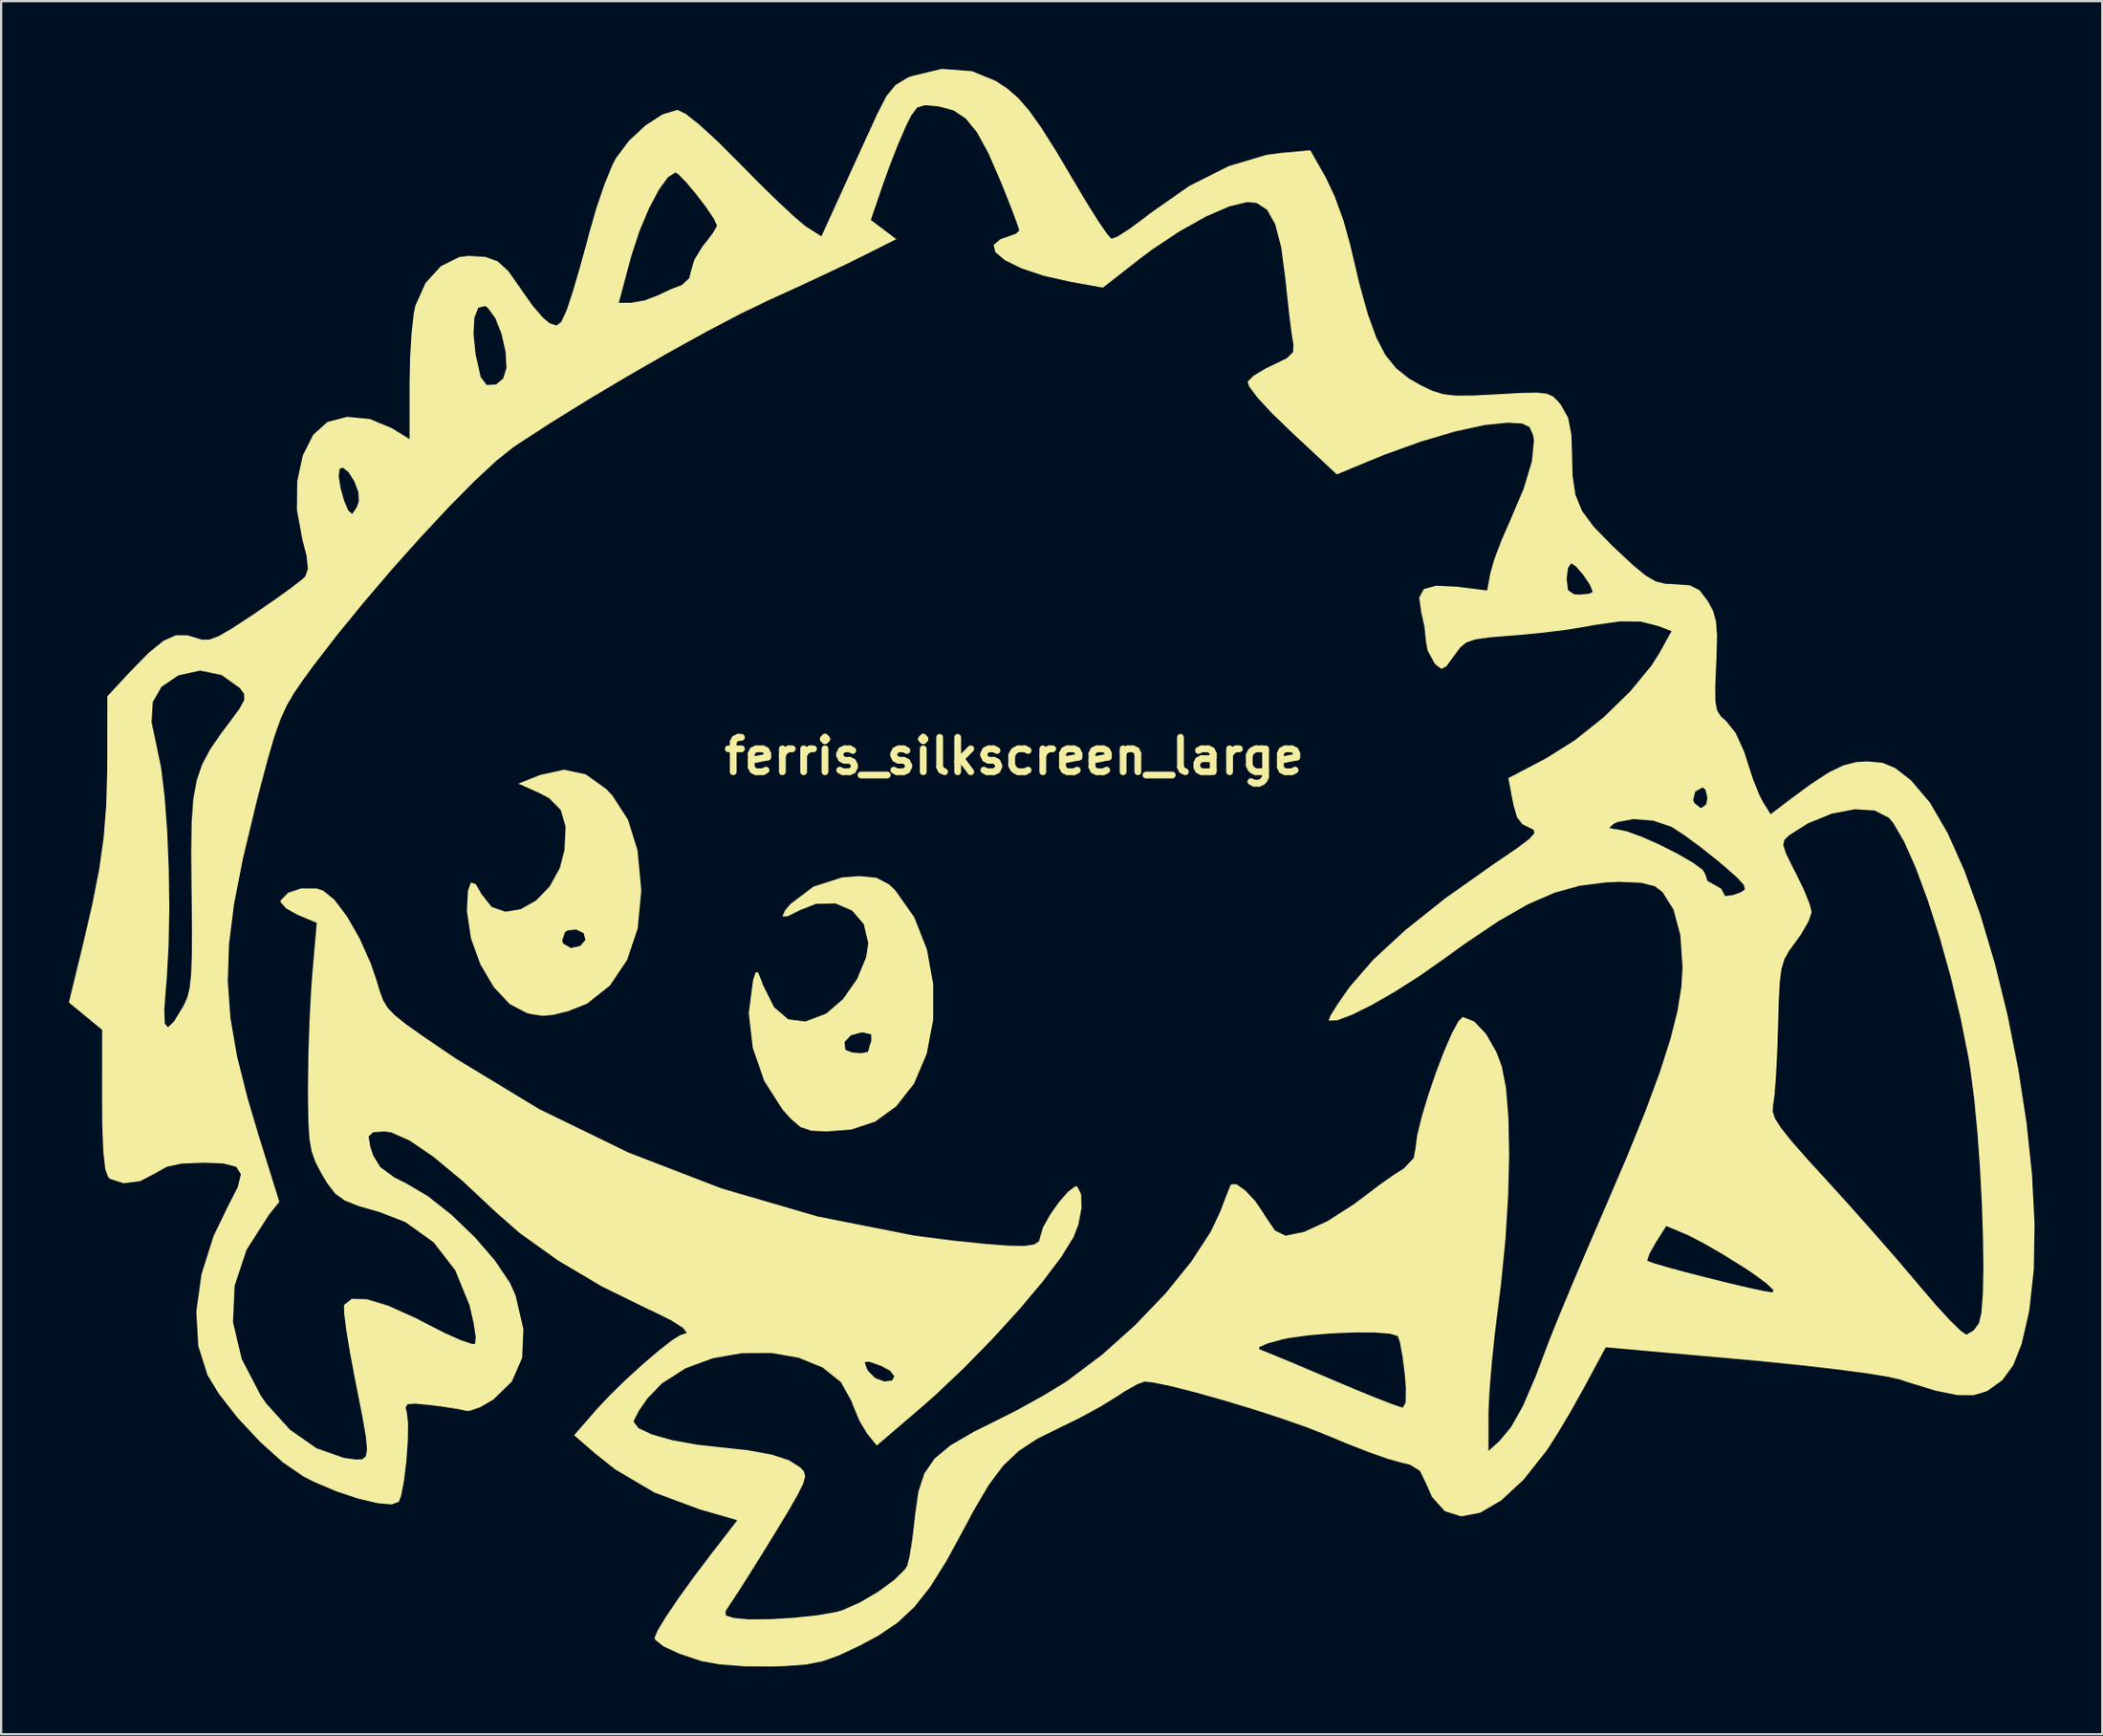
<source format=kicad_pcb>
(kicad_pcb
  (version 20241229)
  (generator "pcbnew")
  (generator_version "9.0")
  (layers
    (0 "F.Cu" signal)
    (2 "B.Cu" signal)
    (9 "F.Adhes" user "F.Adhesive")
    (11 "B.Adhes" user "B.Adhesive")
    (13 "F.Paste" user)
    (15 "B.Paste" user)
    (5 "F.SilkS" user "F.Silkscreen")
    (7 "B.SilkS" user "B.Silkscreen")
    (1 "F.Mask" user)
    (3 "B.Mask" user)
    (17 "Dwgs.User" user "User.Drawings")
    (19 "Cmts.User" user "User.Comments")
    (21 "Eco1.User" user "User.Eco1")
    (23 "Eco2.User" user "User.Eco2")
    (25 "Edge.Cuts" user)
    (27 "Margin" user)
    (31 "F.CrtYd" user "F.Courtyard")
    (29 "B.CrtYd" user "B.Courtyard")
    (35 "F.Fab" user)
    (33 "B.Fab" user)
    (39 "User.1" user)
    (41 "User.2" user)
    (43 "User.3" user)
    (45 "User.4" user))
  (footprint "ferris_silkscreen_large"
    (layer "F.Cu")
    (at 41.88 30.455)
    (property "Reference" "ferris_silkscreen_large" (at 0 0 0) (layer "F.SilkS") (effects (font (size 1.524 1.524) (thickness 0.3))))
    (attr board_only exclude_from_pos_files exclude_from_bom)
    (fp_poly (pts (xy -18.983 0.803) (xy -18.074 1.454) (xy -17.801 1.743) (xy -17.107 2.817) (xy -16.687 4.168) (xy -16.527 5.853) (xy -16.524 6.004) (xy -16.678 7.629) (xy -17.149 9.032) (xy -17.907 10.16) (xy -18.918 10.96) (xy -19.743 11.292) (xy -20.421 11.46) (xy -20.885 11.504) (xy -21.362 11.433) (xy -21.59 11.38) (xy -22.351 10.981) (xy -23.057 10.227) (xy -23.648 9.224) (xy -24.031 8.167) (xy -20.025 8.167) (xy -19.978 8.305) (xy -19.641 8.497) (xy -19.224 8.408) (xy -18.992 8.14) (xy -19.074 7.841) (xy -19.409 7.677) (xy -19.795 7.724) (xy -19.9 7.8) (xy -20.025 8.167) (xy -24.031 8.167) (xy -24.063 8.077) (xy -24.241 6.894) (xy -24.243 6.754) (xy -24.198 5.954) (xy -24.065 5.592) (xy -23.848 5.675) (xy -23.598 6.113) (xy -23.148 6.681) (xy -22.544 6.891) (xy -21.864 6.781) (xy -21.182 6.394) (xy -20.577 5.77) (xy -20.125 4.949) (xy -19.922 4.159) (xy -19.873 3.116) (xy -20.087 2.382) (xy -20.604 1.862) (xy -21.035 1.632) (xy -21.965 1.216) (xy -21 0.83) (xy -19.945 0.598)) (stroke (width 0) (type solid)) (fill yes) (layer "F.SilkS"))
    (fp_poly (pts (xy -6.095 5.388) (xy -5.54 5.682) (xy -5.265 5.946) (xy -4.424 7.14) (xy -3.865 8.561) (xy -3.586 10.108) (xy -3.589 11.682) (xy -3.873 13.184) (xy -4.44 14.514) (xy -5.227 15.514) (xy -6.156 16.19) (xy -7.218 16.542) (xy -8.31 16.625) (xy -8.993 16.593) (xy -9.464 16.432) (xy -9.909 16.053) (xy -10.263 15.654) (xy -11.071 14.394) (xy -11.58 12.921) (xy -11.61 12.662) (xy -7.514 12.662) (xy -7.482 12.988) (xy -7.45 13.024) (xy -7.167 13.13) (xy -6.765 13.16) (xy -6.487 13.103) (xy -6.465 13.065) (xy -6.394 12.794) (xy -6.325 12.603) (xy -6.335 12.325) (xy -6.712 12.239) (xy -6.762 12.238) (xy -7.234 12.367) (xy -7.514 12.662) (xy -11.61 12.662) (xy -11.757 11.385) (xy -11.568 9.932) (xy -11.568 9.929) (xy -11.451 9.574) (xy -11.349 9.575) (xy -11.188 9.968) (xy -11.126 10.145) (xy -10.636 11.123) (xy -10.008 11.66) (xy -9.244 11.755) (xy -8.342 11.41) (xy -8.322 11.399) (xy -7.583 10.763) (xy -6.96 9.874) (xy -6.558 8.909) (xy -6.465 8.283) (xy -6.66 7.444) (xy -7.177 6.842) (xy -7.917 6.525) (xy -8.783 6.543) (xy -9.467 6.812) (xy -10.046 7.097) (xy -10.274 7.099) (xy -10.142 6.822) (xy -9.912 6.551) (xy -8.892 5.778) (xy -7.625 5.37) (xy -6.862 5.311)) (stroke (width 0) (type solid)) (fill yes) (layer "F.SilkS"))
    (fp_poly (pts (xy -1.869 -30.351) (xy -0.828 -29.925) (xy -0.301 -29.579) (xy 0.178 -29.162) (xy 0.661 -28.607) (xy 1.202 -27.848) (xy 1.853 -26.816) (xy 2.665 -25.444) (xy 2.68 -25.419) (xy 3.242 -24.477) (xy 3.736 -23.694) (xy 4.109 -23.15) (xy 4.308 -22.925) (xy 4.31 -22.924) (xy 4.58 -23.026) (xy 5.105 -23.36) (xy 5.786 -23.863) (xy 6.018 -24.047) (xy 7.753 -25.263) (xy 9.491 -26.139) (xy 11.155 -26.638) (xy 11.755 -26.722) (xy 13.118 -26.846) (xy 13.801 -25.651) (xy 14.2 -24.803) (xy 14.589 -23.732) (xy 14.882 -22.676) (xy 15.294 -20.929) (xy 15.671 -19.573) (xy 16.046 -18.541) (xy 16.451 -17.769) (xy 16.919 -17.19) (xy 17.485 -16.739) (xy 18.013 -16.434) (xy 18.528 -16.188) (xy 19.002 -16.041) (xy 19.563 -15.977) (xy 20.336 -15.981) (xy 21.395 -16.035) (xy 22.456 -16.095) (xy 23.156 -16.109) (xy 23.596 -16.062) (xy 23.878 -15.936) (xy 24.102 -15.714) (xy 24.224 -15.561) (xy 24.541 -14.995) (xy 24.686 -14.245) (xy 24.707 -13.621) (xy 24.737 -12.45) (xy 24.866 -11.578) (xy 25.158 -10.864) (xy 25.674 -10.168) (xy 26.476 -9.346) (xy 26.651 -9.179) (xy 27.43 -8.452) (xy 27.988 -7.994) (xy 28.427 -7.743) (xy 28.848 -7.639) (xy 29.271 -7.62) (xy 29.943 -7.57) (xy 30.365 -7.35) (xy 30.73 -6.87) (xy 30.961 -6.441) (xy 31.091 -5.977) (xy 31.138 -5.349) (xy 31.117 -4.431) (xy 31.099 -4.053) (xy 31.057 -3.062) (xy 31.064 -2.422) (xy 31.141 -2.026) (xy 31.307 -1.764) (xy 31.543 -1.556) (xy 31.964 -1.026) (xy 32.344 -0.189) (xy 32.464 0.188) (xy 32.728 1.008) (xy 33.011 1.718) (xy 33.175 2.036) (xy 33.513 2.571) (xy 34.249 2.01) (xy 35.3 1.233) (xy 36.098 0.713) (xy 36.737 0.405) (xy 37.31 0.26) (xy 37.785 0.231) (xy 38.468 0.29) (xy 39.032 0.526) (xy 39.672 1.023) (xy 39.755 1.097) (xy 40.561 2.046) (xy 41.347 3.393) (xy 42.099 5.073) (xy 42.802 7.021) (xy 43.442 9.173) (xy 44.006 11.464) (xy 44.478 13.83) (xy 44.845 16.206) (xy 45.092 18.527) (xy 45.206 20.73) (xy 45.172 22.75) (xy 44.976 24.522) (xy 44.942 24.707) (xy 44.633 26.035) (xy 44.26 26.987) (xy 43.777 27.649) (xy 43.137 28.107) (xy 43.053 28.149) (xy 42.495 28.314) (xy 41.781 28.306) (xy 40.83 28.114) (xy 39.563 27.727) (xy 39.255 27.622) (xy 38.72 27.497) (xy 37.794 27.347) (xy 36.545 27.18) (xy 35.041 27.005) (xy 33.351 26.831) (xy 32.212 26.725) (xy 26.208 26.189) (xy 25.244 27.979) (xy 24.704 28.946) (xy 24.146 29.892) (xy 23.672 30.642) (xy 23.591 30.76) (xy 22.572 32.05) (xy 21.58 32.972) (xy 20.646 33.519) (xy 19.803 33.681) (xy 19.08 33.451) (xy 18.51 32.82) (xy 18.24 32.208) (xy 17.974 31.665) (xy 17.534 31.39) (xy 17.135 31.294) (xy 16.568 31.137) (xy 15.711 30.836) (xy 14.693 30.438) (xy 13.921 30.114) (xy 13.005 29.751) (xy 11.858 29.347) (xy 10.581 28.932) (xy 9.271 28.536) (xy 8.029 28.187) (xy 6.953 27.914) (xy 6.141 27.747) (xy 5.778 27.709) (xy 5.445 27.832) (xy 4.893 28.145) (xy 4.544 28.374) (xy 3.809 28.826) (xy 2.871 29.335) (xy 2.078 29.721) (xy 1.025 30.244) (xy 0.2 30.784) (xy -0.487 31.434) (xy -1.123 32.285) (xy -1.796 33.427) (xy -2.179 34.146) (xy -2.999 35.654) (xy -3.723 36.811) (xy -4.422 37.696) (xy -5.165 38.389) (xy -6.024 38.97) (xy -6.851 39.412) (xy -7.759 39.839) (xy -8.488 40.102) (xy -9.222 40.246) (xy -10.146 40.315) (xy -10.706 40.334) (xy -11.917 40.327) (xy -13.015 40.244) (xy -13.83 40.101) (xy -13.856 40.093) (xy -14.825 39.769) (xy -15.533 39.443) (xy -15.899 39.154) (xy -15.933 39.061) (xy -15.798 38.738) (xy -15.425 38.127) (xy -14.863 37.298) (xy -14.163 36.326) (xy -13.417 35.341) (xy -12.264 33.851) (xy -13.938 33.369) (xy -15.941 32.624) (xy -17.682 31.595) (xy -18.58 30.881) (xy -19.495 30.086) (xy -18.512 28.955) (xy -17.933 28.337) (xy -17.222 27.643) (xy -16.464 26.951) (xy -15.747 26.337) (xy -15.157 25.876) (xy -14.781 25.644) (xy -14.725 25.631) (xy -14.503 25.551) (xy -14.671 25.33) (xy -15.19 24.999) (xy -16.02 24.588) (xy -16.18 24.517) (xy -18.266 23.493) (xy -20.209 22.342) (xy -21.897 21.135) (xy -22.969 20.196) (xy -24.453 18.806) (xy -25.732 17.746) (xy -26.786 17.029) (xy -27.599 16.668) (xy -27.897 16.625) (xy -28.402 16.662) (xy -28.598 16.845) (xy -28.533 17.282) (xy -28.398 17.691) (xy -28.082 18.207) (xy -27.468 18.658) (xy -26.955 18.915) (xy -25.97 19.496) (xy -24.915 20.331) (xy -23.891 21.317) (xy -23 22.35) (xy -22.343 23.327) (xy -22.09 23.882) (xy -21.743 25.384) (xy -21.797 26.656) (xy -22.252 27.703) (xy -23.07 28.503) (xy -23.661 28.846) (xy -24.139 29.009) (xy -24.267 29.004) (xy -24.671 28.92) (xy -25.351 28.816) (xy -25.823 28.756) (xy -26.528 28.686) (xy -26.874 28.709) (xy -26.959 28.855) (xy -26.905 29.08) (xy -26.851 29.565) (xy -26.862 30.331) (xy -26.926 31.223) (xy -27.028 32.082) (xy -27.155 32.752) (xy -27.257 33.035) (xy -27.579 33.152) (xy -28.216 33.096) (xy -29.067 32.893) (xy -30.031 32.572) (xy -31.005 32.158) (xy -31.488 31.913) (xy -32.401 31.283) (xy -33.411 30.376) (xy -34.396 29.322) (xy -35.233 28.25) (xy -35.738 27.42) (xy -36.148 26.122) (xy -36.233 24.6) (xy -36.002 22.948) (xy -35.467 21.258) (xy -34.847 19.974) (xy -34.397 19.094) (xy -34.258 18.521) (xy -34.464 18.192) (xy -35.051 18.043) (xy -35.92 18.011) (xy -36.887 18.051) (xy -37.54 18.191) (xy -38.026 18.464) (xy -38.037 18.473) (xy -38.73 18.83) (xy -39.46 18.92) (xy -40.049 18.729) (xy -40.132 18.657) (xy -40.264 18.302) (xy -40.352 17.53) (xy -40.399 16.327) (xy -40.407 15.252) (xy -40.405 12.123) (xy -41.88 10.911) (xy -41.267 8.399) (xy -40.838 6.554) (xy -40.534 5.002) (xy -40.336 3.597) (xy -40.224 2.193) (xy -40.18 0.645) (xy -40.177 0.115) (xy -40.175 -1.503) (xy -38.215 -1.503) (xy -37.979 -0.39) (xy -37.79 0.522) (xy -37.637 1.79) (xy -37.523 3.311) (xy -37.453 4.981) (xy -37.429 6.695) (xy -37.458 8.35) (xy -37.541 9.841) (xy -37.574 10.206) (xy -37.652 11.246) (xy -37.628 11.844) (xy -37.49 12.012) (xy -37.226 11.76) (xy -36.825 11.099) (xy -36.763 10.985) (xy -36.625 10.667) (xy -36.527 10.253) (xy -36.498 9.978) (xy -34.838 9.978) (xy -34.721 11.598) (xy -34.431 13.284) (xy -33.967 15.136) (xy -33.474 16.796) (xy -32.554 19.743) (xy -33.017 20.32) (xy -34.005 21.865) (xy -34.535 23.457) (xy -34.607 25.078) (xy -34.222 26.708) (xy -33.378 28.329) (xy -33.128 28.687) (xy -32.084 29.841) (xy -30.913 30.661) (xy -29.704 31.087) (xy -29.573 31.107) (xy -29.167 31.16) (xy -28.885 31.152) (xy -28.722 31.02) (xy -28.67 30.701) (xy -28.724 30.135) (xy -28.877 29.258) (xy -29.123 28.008) (xy -29.216 27.541) (xy -29.427 26.416) (xy -29.586 25.443) (xy -29.678 24.716) (xy -29.69 24.333) (xy -29.685 24.312) (xy -29.352 24.044) (xy -28.689 24.058) (xy -27.725 24.348) (xy -26.491 24.907) (xy -26.101 25.111) (xy -25.226 25.556) (xy -24.501 25.879) (xy -24.022 26.04) (xy -23.884 26.038) (xy -23.855 25.747) (xy -23.942 25.141) (xy -24.124 24.351) (xy -24.134 24.314) (xy -24.763 22.774) (xy -25.719 21.539) (xy -26.972 20.641) (xy -28.089 20.208) (xy -29.036 19.934) (xy -29.659 19.686) (xy -30.079 19.382) (xy -30.422 18.939) (xy -30.71 18.452) (xy -30.958 17.974) (xy -31.123 17.512) (xy -31.221 16.955) (xy -31.27 16.193) (xy -31.286 15.117) (xy -31.287 14.663) (xy -31.269 13.278) (xy -31.22 11.777) (xy -31.148 10.38) (xy -31.093 9.638) (xy -30.898 7.384) (xy -31.744 7.03) (xy -32.256 6.745) (xy -32.498 6.467) (xy -32.498 6.398) (xy -32.169 6.051) (xy -31.581 5.857) (xy -30.923 5.859) (xy -30.615 5.953) (xy -30.112 6.363) (xy -29.55 7.11) (xy -28.993 8.085) (xy -28.506 9.18) (xy -28.25 9.928) (xy -28.1 10.431) (xy -27.954 10.819) (xy -27.752 11.151) (xy -27.432 11.485) (xy -26.936 11.882) (xy -26.202 12.401) (xy -25.171 13.101) (xy -24.707 13.414) (xy -21.048 15.632) (xy -17.099 17.557) (xy -12.953 19.155) (xy -8.701 20.394) (xy -4.436 21.238) (xy -2.722 21.46) (xy -1.282 21.608) (xy -0.239 21.688) (xy 0.466 21.696) (xy 0.894 21.631) (xy 1.103 21.489) (xy 1.155 21.289) (xy 1.276 20.88) (xy 1.582 20.331) (xy 1.981 19.762) (xy 2.384 19.298) (xy 2.7 19.061) (xy 2.792 19.063) (xy 2.969 19.413) (xy 2.982 20.03) (xy 2.843 20.757) (xy 2.627 21.313) (xy 2.089 22.183) (xy 1.266 23.275) (xy 0.228 24.509) (xy -0.958 25.811) (xy -2.221 27.103) (xy -3.494 28.308) (xy -4.14 28.877) (xy -6.087 30.543) (xy -6.505 30.027) (xy -6.847 29.461) (xy -7.153 28.731) (xy -7.196 28.596) (xy -7.678 27.733) (xy -8.487 27.085) (xy -9.062 26.85) (xy -6.624 26.85) (xy -6.534 27.117) (xy -6.465 27.247) (xy -6.154 27.557) (xy -5.742 27.705) (xy -5.407 27.658) (xy -5.311 27.472) (xy -5.502 27.226) (xy -5.903 27.011) (xy -6.439 26.825) (xy -6.624 26.85) (xy -9.062 26.85) (xy -9.541 26.654) (xy -10.757 26.441) (xy -12.055 26.448) (xy -13.352 26.675) (xy -14.565 27.124) (xy -15.614 27.796) (xy -16.246 28.453) (xy -16.622 28.998) (xy -16.837 29.409) (xy -16.856 29.495) (xy -16.64 29.774) (xy -16.046 30.052) (xy -15.16 30.303) (xy -14.065 30.501) (xy -13.277 30.59) (xy -11.808 30.749) (xy -10.729 30.946) (xy -9.972 31.197) (xy -9.466 31.521) (xy -9.465 31.522) (xy -9.308 31.698) (xy -9.26 31.912) (xy -9.348 32.237) (xy -9.602 32.747) (xy -10.049 33.517) (xy -10.561 34.361) (xy -11.182 35.371) (xy -11.756 36.29) (xy -12.218 37.017) (xy -12.503 37.448) (xy -12.783 37.875) (xy -12.779 38.068) (xy -12.473 38.169) (xy -12.415 38.182) (xy -11.759 38.244) (xy -10.812 38.237) (xy -9.74 38.172) (xy -8.708 38.061) (xy -7.881 37.916) (xy -7.62 37.842) (xy -6.835 37.496) (xy -6.02 37.016) (xy -5.308 36.493) (xy -4.832 36.02) (xy -4.734 35.857) (xy -4.63 35.436) (xy -4.514 34.701) (xy -4.408 33.799) (xy -4.393 33.645) (xy -4.244 32.594) (xy -3.978 31.779) (xy -3.525 31.118) (xy -2.816 30.53) (xy -1.782 29.93) (xy -0.924 29.505) (xy 0.149 28.962) (xy 1.249 28.354) (xy 2.178 27.793) (xy 2.37 27.666) (xy 3.891 26.522) (xy 4.169 26.273) (xy 10.853 26.273) (xy 11.185 26.403) (xy 11.852 26.678) (xy 12.763 27.06) (xy 13.829 27.513) (xy 14.085 27.623) (xy 15.162 28.076) (xy 16.093 28.455) (xy 16.794 28.726) (xy 17.178 28.855) (xy 17.215 28.861) (xy 17.342 28.64) (xy 17.352 27.977) (xy 17.301 27.353) (xy 17.199 26.558) (xy 17.086 25.956) (xy 16.992 25.69) (xy 16.652 25.587) (xy 15.971 25.535) (xy 15.066 25.532) (xy 14.055 25.574) (xy 13.055 25.657) (xy 12.182 25.778) (xy 11.892 25.838) (xy 11.233 26.018) (xy 10.862 26.176) (xy 10.853 26.273) (xy 4.169 26.273) (xy 5.359 25.208) (xy 6.701 23.808) (xy 7.841 22.401) (xy 8.708 21.072) (xy 9.141 20.152) (xy 9.384 19.509) (xy 9.557 19.075) (xy 9.604 18.974) (xy 9.846 18.965) (xy 10.24 19.243) (xy 10.678 19.708) (xy 11.054 20.264) (xy 11.088 20.328) (xy 11.555 21.015) (xy 12.019 21.244) (xy 12.846 21.075) (xy 13.882 20.599) (xy 15.041 19.858) (xy 15.471 19.535) (xy 16.195 18.988) (xy 16.846 18.529) (xy 17.26 18.269) (xy 17.699 17.805) (xy 17.78 17.368) (xy 17.854 16.794) (xy 18.054 15.978) (xy 18.343 15.02) (xy 18.686 14.018) (xy 19.047 13.072) (xy 19.391 12.28) (xy 19.682 11.741) (xy 19.876 11.553) (xy 20.38 11.753) (xy 20.903 12.305) (xy 21.365 13.11) (xy 21.604 13.748) (xy 21.79 14.709) (xy 21.898 16.04) (xy 21.929 17.654) (xy 21.885 19.467) (xy 21.766 21.392) (xy 21.574 23.345) (xy 21.475 24.13) (xy 21.305 25.497) (xy 21.163 26.855) (xy 21.062 28.066) (xy 21.015 28.992) (xy 21.013 29.161) (xy 21.013 30.782) (xy 21.499 30.343) (xy 22.009 29.733) (xy 22.536 28.795) (xy 23.103 27.48) (xy 23.472 26.495) (xy 23.75 25.77) (xy 24.176 24.717) (xy 24.712 23.428) (xy 25.177 22.332) (xy 28.045 22.332) (xy 28.053 22.357) (xy 28.314 22.459) (xy 28.917 22.636) (xy 29.752 22.862) (xy 30.71 23.109) (xy 31.683 23.35) (xy 32.562 23.557) (xy 33.239 23.702) (xy 33.597 23.758) (xy 33.64 23.656) (xy 33.329 23.358) (xy 32.707 22.904) (xy 32.327 22.652) (xy 31.428 22.091) (xy 30.564 21.591) (xy 29.886 21.237) (xy 29.741 21.172) (xy 28.888 20.815) (xy 28.427 21.543) (xy 28.15 22.034) (xy 28.045 22.332) (xy 25.177 22.332) (xy 25.319 21.996) (xy 25.958 20.516) (xy 26.094 20.205) (xy 27.127 17.797) (xy 27.957 15.748) (xy 27.962 15.734) (xy 33.602 15.734) (xy 33.704 16.047) (xy 33.969 16.468) (xy 34.439 17.057) (xy 35.157 17.872) (xy 35.917 18.704) (xy 36.955 19.847) (xy 38.062 21.092) (xy 39.117 22.3) (xy 39.998 23.335) (xy 40.131 23.495) (xy 40.841 24.325) (xy 41.466 25.004) (xy 41.937 25.463) (xy 42.186 25.631) (xy 42.502 25.448) (xy 42.743 25.123) (xy 42.851 24.66) (xy 42.915 23.817) (xy 42.938 22.673) (xy 42.921 21.308) (xy 42.87 19.8) (xy 42.786 18.23) (xy 42.673 16.676) (xy 42.534 15.217) (xy 42.371 13.934) (xy 42.285 13.393) (xy 41.925 11.587) (xy 41.486 9.764) (xy 40.992 7.998) (xy 40.467 6.362) (xy 39.935 4.929) (xy 39.421 3.772) (xy 38.948 2.964) (xy 38.756 2.734) (xy 38.125 2.407) (xy 37.244 2.35) (xy 36.222 2.545) (xy 35.169 2.973) (xy 34.334 3.503) (xy 34.123 3.702) (xy 34.071 3.938) (xy 34.198 4.326) (xy 34.523 4.98) (xy 34.622 5.168) (xy 34.989 5.923) (xy 35.244 6.56) (xy 35.329 6.909) (xy 35.195 7.314) (xy 34.854 7.902) (xy 34.619 8.23) (xy 34.322 8.633) (xy 34.12 8.999) (xy 33.991 9.428) (xy 33.915 10.022) (xy 33.871 10.882) (xy 33.84 12.024) (xy 33.801 13.183) (xy 33.747 14.218) (xy 33.685 15.019) (xy 33.622 15.47) (xy 33.622 15.471) (xy 33.602 15.734) (xy 27.962 15.734) (xy 28.6 14.012) (xy 29.072 12.54) (xy 29.387 11.285) (xy 29.562 10.199) (xy 29.611 9.352) (xy 29.513 7.927) (xy 29.211 6.799) (xy 28.723 6.021) (xy 28.384 5.763) (xy 27.782 5.609) (xy 26.815 5.567) (xy 26.203 5.593) (xy 25.062 5.738) (xy 23.942 6.048) (xy 22.766 6.559) (xy 21.458 7.307) (xy 19.94 8.327) (xy 19.05 8.973) (xy 17.956 9.74) (xy 16.863 10.436) (xy 15.844 11.02) (xy 14.971 11.454) (xy 14.318 11.7) (xy 13.956 11.718) (xy 13.934 11.702) (xy 14.017 11.488) (xy 14.319 11.002) (xy 14.778 10.342) (xy 14.882 10.201) (xy 15.903 9.022) (xy 17.322 7.71) (xy 19.106 6.291) (xy 21.221 4.795) (xy 21.434 4.652) (xy 22.302 4.06) (xy 22.823 3.663) (xy 23.045 3.412) (xy 23.014 3.262) (xy 22.901 3.203) (xy 22.847 3.176) (xy 26.356 3.176) (xy 26.581 3.228) (xy 26.66 3.229) (xy 27.137 3.327) (xy 27.823 3.578) (xy 28.611 3.929) (xy 29.391 4.325) (xy 30.057 4.71) (xy 30.499 5.032) (xy 30.616 5.224) (xy 30.708 5.518) (xy 30.954 5.661) (xy 31.32 5.868) (xy 31.404 6.019) (xy 31.498 6.198) (xy 31.846 6.153) (xy 32.193 6.028) (xy 32.37 5.907) (xy 32.332 5.711) (xy 32.031 5.378) (xy 31.422 4.845) (xy 31.199 4.658) (xy 30.424 4.04) (xy 29.696 3.503) (xy 29.153 3.149) (xy 29.093 3.117) (xy 28.303 2.855) (xy 27.442 2.786) (xy 26.719 2.918) (xy 26.555 3.002) (xy 26.356 3.176) (xy 22.847 3.176) (xy 22.513 3.013) (xy 22.282 2.716) (xy 22.122 2.168) (xy 22.078 1.944) (xy 30.082 1.944) (xy 30.134 2.078) (xy 30.426 2.305) (xy 30.659 2.135) (xy 30.711 1.847) (xy 30.62 1.472) (xy 30.494 1.385) (xy 30.172 1.568) (xy 30.082 1.944) (xy 22.078 1.944) (xy 22.052 1.812) (xy 21.894 0.971) (xy 23.565 0.093) (xy 24.834 -0.702) (xy 26.117 -1.727) (xy 27.289 -2.867) (xy 28.226 -4.006) (xy 28.59 -4.579) (xy 29.124 -5.542) (xy 28.517 -5.773) (xy 27.75 -5.963) (xy 26.835 -5.973) (xy 25.647 -5.803) (xy 25.374 -5.749) (xy 24.544 -5.612) (xy 23.457 -5.475) (xy 22.319 -5.365) (xy 22.06 -5.345) (xy 21.07 -5.266) (xy 20.43 -5.176) (xy 20.028 -5.037) (xy 19.752 -4.81) (xy 19.493 -4.456) (xy 19.491 -4.453) (xy 19.154 -3.989) (xy 18.932 -3.868) (xy 18.695 -4.04) (xy 18.617 -4.125) (xy 18.315 -4.688) (xy 18.242 -5.1) (xy 18.177 -5.732) (xy 18.03 -6.397) (xy 17.943 -7.029) (xy 18.15 -7.405) (xy 18.698 -7.555) (xy 19.629 -7.509) (xy 19.701 -7.5) (xy 20.953 -7.343) (xy 21.048 -7.851) (xy 24.476 -7.851) (xy 24.538 -7.356) (xy 24.803 -7.175) (xy 25.054 -7.158) (xy 25.488 -7.201) (xy 25.631 -7.282) (xy 25.502 -7.602) (xy 25.206 -8.04) (xy 24.881 -8.413) (xy 24.681 -8.544) (xy 24.537 -8.343) (xy 24.476 -7.859) (xy 24.476 -7.851) (xy 21.048 -7.851) (xy 21.098 -8.117) (xy 21.274 -8.731) (xy 21.589 -9.564) (xy 21.929 -10.338) (xy 22.569 -11.844) (xy 22.938 -13.073) (xy 23.026 -13.991) (xy 22.988 -14.232) (xy 22.831 -14.583) (xy 22.5 -14.742) (xy 21.87 -14.778) (xy 20.842 -14.674) (xy 19.516 -14.383) (xy 17.999 -13.933) (xy 16.4 -13.354) (xy 15.979 -13.183) (xy 14.294 -12.486) (xy 12.259 -14.383) (xy 11.406 -15.211) (xy 10.773 -15.895) (xy 10.408 -16.381) (xy 10.34 -16.59) (xy 10.609 -16.86) (xy 11.155 -17.188) (xy 11.469 -17.335) (xy 12.086 -17.637) (xy 12.356 -17.907) (xy 12.372 -18.245) (xy 12.362 -18.294) (xy 12.289 -18.744) (xy 12.19 -19.526) (xy 12.081 -20.508) (xy 12.019 -21.117) (xy 11.829 -22.551) (xy 11.565 -23.568) (xy 11.208 -24.208) (xy 10.737 -24.514) (xy 10.322 -24.551) (xy 9.532 -24.36) (xy 8.5 -23.912) (xy 7.33 -23.258) (xy 6.12 -22.454) (xy 5.55 -22.027) (xy 3.932 -20.76) (xy 2.485 -21.02) (xy 1.292 -21.29) (xy 0.312 -21.619) (xy -0.411 -21.976) (xy -0.833 -22.331) (xy -0.911 -22.654) (xy -0.602 -22.913) (xy -0.346 -22.996) (xy 0.084 -23.154) (xy 0.227 -23.289) (xy 0.144 -23.555) (xy -0.075 -24.145) (xy -0.391 -24.953) (xy -0.571 -25.4) (xy -1.139 -26.712) (xy -1.646 -27.642) (xy -2.145 -28.254) (xy -2.69 -28.614) (xy -3.335 -28.787) (xy -3.373 -28.792) (xy -3.953 -28.844) (xy -4.298 -28.74) (xy -4.564 -28.384) (xy -4.799 -27.908) (xy -5.129 -27.148) (xy -5.51 -26.176) (xy -5.814 -25.331) (xy -6.35 -23.76) (xy -5.788 -23.335) (xy -5.226 -22.909) (xy -6.712 -22.159) (xy -7.53 -21.758) (xy -8.62 -21.241) (xy -9.833 -20.678) (xy -10.885 -20.2) (xy -12.099 -19.614) (xy -13.599 -18.827) (xy -15.287 -17.895) (xy -17.066 -16.874) (xy -18.836 -15.82) (xy -20.501 -14.791) (xy -21.962 -13.843) (xy -22.186 -13.691) (xy -22.934 -13.097) (xy -23.901 -12.198) (xy -25.029 -11.057) (xy -26.261 -9.739) (xy -27.54 -8.308) (xy -28.806 -6.827) (xy -30.003 -5.361) (xy -31.072 -3.974) (xy -31.503 -3.383) (xy -31.899 -2.805) (xy -32.218 -2.261) (xy -32.493 -1.663) (xy -32.757 -0.925) (xy -33.043 0.042) (xy -33.384 1.323) (xy -33.601 2.172) (xy -34.165 4.521) (xy -34.559 6.538) (xy -34.784 8.325) (xy -34.838 9.978) (xy -36.498 9.978) (xy -36.464 9.672) (xy -36.432 8.854) (xy -36.425 7.727) (xy -36.439 6.22) (xy -36.443 5.947) (xy -36.459 4.244) (xy -36.439 2.919) (xy -36.364 1.886) (xy -36.214 1.061) (xy -35.972 0.359) (xy -35.617 -0.304) (xy -35.131 -1.012) (xy -34.776 -1.485) (xy -34.314 -2.112) (xy -34.107 -2.498) (xy -34.117 -2.762) (xy -34.309 -3.023) (xy -35.113 -3.596) (xy -36.066 -3.793) (xy -37.02 -3.583) (xy -37.031 -3.578) (xy -37.772 -3.076) (xy -38.161 -2.405) (xy -38.215 -1.503) (xy -40.175 -1.503) (xy -40.173 -2.655) (xy -39.194 -3.712) (xy -38.348 -4.577) (xy -37.692 -5.111) (xy -37.147 -5.357) (xy -36.634 -5.359) (xy -36.326 -5.268) (xy -35.981 -5.163) (xy -35.655 -5.166) (xy -35.254 -5.313) (xy -34.682 -5.642) (xy -33.845 -6.19) (xy -33.636 -6.33) (xy -32.78 -6.919) (xy -32.057 -7.439) (xy -31.56 -7.822) (xy -31.403 -7.967) (xy -31.288 -8.303) (xy -31.351 -8.889) (xy -31.535 -9.602) (xy -31.776 -10.911) (xy -31.762 -12.187) (xy -31.716 -12.397) (xy -29.923 -12.397) (xy -29.84 -11.874) (xy -29.683 -11.316) (xy -29.499 -10.884) (xy -29.331 -10.736) (xy -29.319 -10.741) (xy -29.126 -11.029) (xy -29.034 -11.289) (xy -29.054 -11.699) (xy -29.232 -12.175) (xy -29.488 -12.583) (xy -29.744 -12.788) (xy -29.886 -12.727) (xy -29.923 -12.397) (xy -31.716 -12.397) (xy -31.514 -13.33) (xy -31.054 -14.241) (xy -30.426 -14.807) (xy -29.554 -15.037) (xy -28.544 -14.94) (xy -27.573 -14.535) (xy -26.785 -14.048) (xy -26.784 -16.549) (xy -26.76 -17.685) (xy -26.698 -18.718) (xy -23.953 -18.718) (xy -23.86 -17.803) (xy -23.636 -16.799) (xy -23.367 -16.444) (xy -22.954 -16.47) (xy -22.637 -16.731) (xy -22.493 -17.204) (xy -22.531 -17.916) (xy -22.71 -18.706) (xy -22.988 -19.413) (xy -23.326 -19.873) (xy -23.447 -19.945) (xy -23.741 -19.872) (xy -23.912 -19.436) (xy -23.953 -18.718) (xy -26.698 -18.718) (xy -26.697 -18.746) (xy -26.604 -19.588) (xy -26.531 -19.955) (xy -26.081 -20.959) (xy -25.402 -21.707) (xy -24.583 -22.116) (xy -24.167 -22.167) (xy -23.424 -22.121) (xy -22.884 -21.926) (xy -22.414 -21.497) (xy -21.883 -20.748) (xy -21.822 -20.652) (xy -21.334 -19.961) (xy -20.866 -19.419) (xy -20.582 -19.182) (xy -20.282 -19.082) (xy -20.066 -19.235) (xy -19.841 -19.727) (xy -19.771 -19.918) (xy -19.715 -20.089) (xy -17.515 -20.089) (xy -16.973 -20.089) (xy -16.371 -20.195) (xy -15.778 -20.424) (xy -15.18 -20.703) (xy -14.72 -20.878) (xy -14.395 -21.177) (xy -14.316 -21.492) (xy -14.172 -21.988) (xy -13.818 -22.573) (xy -13.739 -22.671) (xy -13.37 -23.148) (xy -13.176 -23.473) (xy -13.168 -23.513) (xy -13.306 -23.814) (xy -13.644 -24.316) (xy -14.084 -24.896) (xy -14.527 -25.426) (xy -14.876 -25.783) (xy -15.008 -25.862) (xy -15.338 -25.654) (xy -15.745 -25.092) (xy -16.181 -24.266) (xy -16.6 -23.266) (xy -16.955 -22.182) (xy -16.995 -22.038) (xy -17.515 -20.089) (xy -19.715 -20.089) (xy -19.557 -20.572) (xy -19.278 -21.52) (xy -18.977 -22.606) (xy -18.821 -23.2) (xy -18.504 -24.3) (xy -18.147 -25.347) (xy -17.805 -26.182) (xy -17.648 -26.488) (xy -17.069 -27.263) (xy -16.338 -27.945) (xy -15.584 -28.435) (xy -14.934 -28.632) (xy -14.908 -28.633) (xy -14.559 -28.465) (xy -13.956 -27.989) (xy -13.143 -27.245) (xy -12.17 -26.274) (xy -12.133 -26.236) (xy -11.248 -25.339) (xy -10.424 -24.535) (xy -9.737 -23.898) (xy -9.266 -23.5) (xy -9.177 -23.437) (xy -8.54 -23.035) (xy -7.606 -25.084) (xy -7.115 -26.162) (xy -6.613 -27.261) (xy -6.187 -28.192) (xy -6.07 -28.45) (xy -5.66 -29.245) (xy -5.261 -29.733) (xy -4.753 -30.048) (xy -4.576 -30.124) (xy -3.201 -30.455)) (stroke (width 0) (type solid)) (fill yes) (layer "F.SilkS")))
  (gr_rect
    (start -3 -3)
    (end 90.085 73.789)
    (stroke (width 0.1) (type default))
    (fill no)
    (layer "Edge.Cuts")))
</source>
